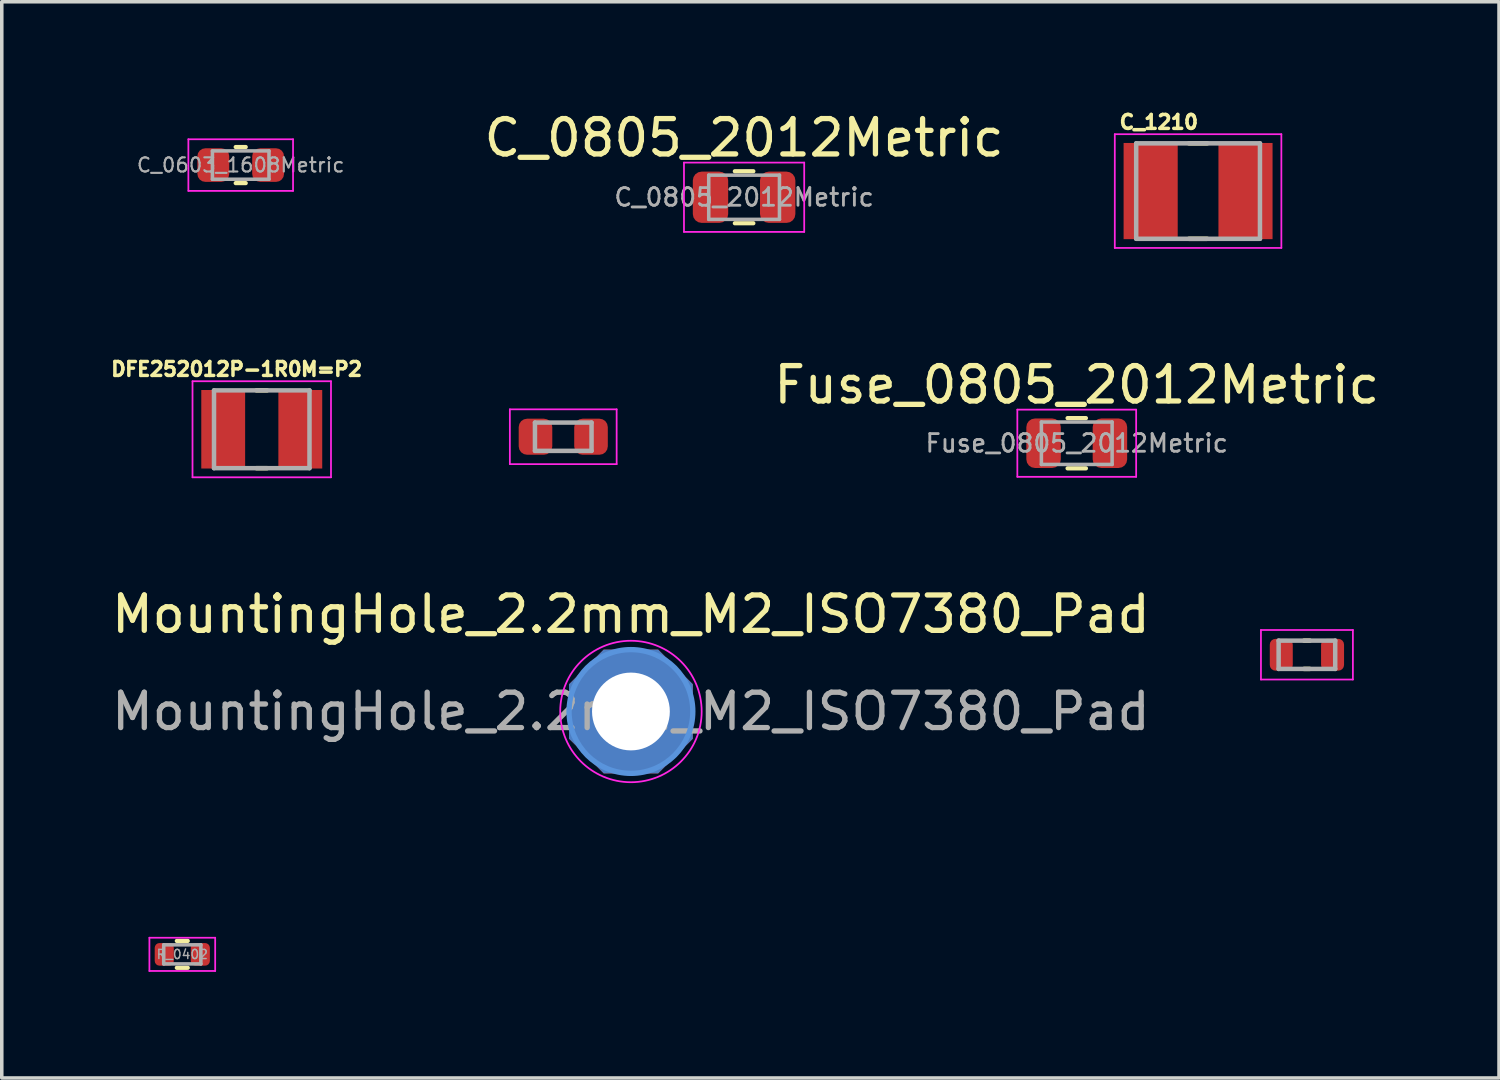
<source format=kicad_pcb>
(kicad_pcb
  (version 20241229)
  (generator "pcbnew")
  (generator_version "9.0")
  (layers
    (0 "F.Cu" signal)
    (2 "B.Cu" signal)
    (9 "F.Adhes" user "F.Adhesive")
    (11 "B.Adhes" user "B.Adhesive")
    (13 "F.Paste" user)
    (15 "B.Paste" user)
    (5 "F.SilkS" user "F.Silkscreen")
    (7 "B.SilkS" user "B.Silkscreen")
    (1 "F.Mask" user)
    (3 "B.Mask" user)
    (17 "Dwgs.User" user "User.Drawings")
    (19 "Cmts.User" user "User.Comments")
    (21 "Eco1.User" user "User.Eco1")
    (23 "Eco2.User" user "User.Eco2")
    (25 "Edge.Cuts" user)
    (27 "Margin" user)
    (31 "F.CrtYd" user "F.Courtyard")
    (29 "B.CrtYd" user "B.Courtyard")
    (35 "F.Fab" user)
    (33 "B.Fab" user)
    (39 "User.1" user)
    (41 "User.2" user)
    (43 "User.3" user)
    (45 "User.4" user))
  (footprint "C_0603_1608Metric"
    (layer "F.Cu")
    (at 3.757 1.618)
    (property "Reference" "C_0603_1608Metric" (at 0.01 -1.15 0) (layer "User.2") (effects (font (size 0.5 0.5) (thickness 0.1) (bold yes))))
    (attr smd)
    (fp_line (start -0.141 -0.51) (end 0.141 -0.51) (stroke (width 0.12) (type solid)) (layer "F.SilkS"))
    (fp_line (start -0.141 0.51) (end 0.141 0.51) (stroke (width 0.12) (type solid)) (layer "F.SilkS"))
    (fp_line (start -1.48 -0.73) (end 1.48 -0.73) (stroke (width 0.05) (type solid)) (layer "F.CrtYd"))
    (fp_line (start -1.48 0.73) (end -1.48 -0.73) (stroke (width 0.05) (type solid)) (layer "F.CrtYd"))
    (fp_line (start 1.48 -0.73) (end 1.48 0.73) (stroke (width 0.05) (type solid)) (layer "F.CrtYd"))
    (fp_line (start 1.48 0.73) (end -1.48 0.73) (stroke (width 0.05) (type solid)) (layer "F.CrtYd"))
    (fp_line (start -0.8 -0.4) (end 0.8 -0.4) (stroke (width 0.1) (type solid)) (layer "F.Fab"))
    (fp_line (start -0.8 0.4) (end -0.8 -0.4) (stroke (width 0.1) (type solid)) (layer "F.Fab"))
    (fp_line (start 0.8 -0.4) (end 0.8 0.4) (stroke (width 0.1) (type solid)) (layer "F.Fab"))
    (fp_line (start 0.8 0.4) (end -0.8 0.4) (stroke (width 0.1) (type solid)) (layer "F.Fab"))
    (fp_text user "${REFERENCE}" (at 0 0 0) (layer "Eco1.User") (effects (font (size 0.4 0.4) (thickness 0.06))))
    (fp_text user "${REFERENCE}" (at 0 0 0) (layer "F.Fab") (effects (font (size 0.4 0.4) (thickness 0.06))))
    (pad "1" smd roundrect (at -0.775 0) (size 0.9 0.95) (layers "F.Cu" "F.Mask" "F.Paste") (roundrect_rratio 0.25))
    (pad "2" smd roundrect (at 0.775 0) (size 0.9 0.95) (layers "F.Cu" "F.Mask" "F.Paste") (roundrect_rratio 0.25)))
  (footprint "C_0805_2012Metric"
    (layer "F.Cu")
    (at 17.992 2.528)
    (property "Reference" "C_0805_2012Metric" (at 0 -1.68 0) (layer "F.SilkS") (effects (font (size 1 1) (thickness 0.15))))
    (attr smd)
    (fp_line (start -0.261 -0.735) (end 0.261 -0.735) (stroke (width 0.12) (type solid)) (layer "F.SilkS"))
    (fp_line (start -0.261 0.735) (end 0.261 0.735) (stroke (width 0.12) (type solid)) (layer "F.SilkS"))
    (fp_line (start -1.7 -0.98) (end 1.7 -0.98) (stroke (width 0.05) (type solid)) (layer "F.CrtYd"))
    (fp_line (start -1.7 0.98) (end -1.7 -0.98) (stroke (width 0.05) (type solid)) (layer "F.CrtYd"))
    (fp_line (start 1.7 -0.98) (end 1.7 0.98) (stroke (width 0.05) (type solid)) (layer "F.CrtYd"))
    (fp_line (start 1.7 0.98) (end -1.7 0.98) (stroke (width 0.05) (type solid)) (layer "F.CrtYd"))
    (fp_line (start -1 -0.625) (end 1 -0.625) (stroke (width 0.1) (type solid)) (layer "F.Fab"))
    (fp_line (start -1 0.625) (end -1 -0.625) (stroke (width 0.1) (type solid)) (layer "F.Fab"))
    (fp_line (start 1 -0.625) (end 1 0.625) (stroke (width 0.1) (type solid)) (layer "F.Fab"))
    (fp_line (start 1 0.625) (end -1 0.625) (stroke (width 0.1) (type solid)) (layer "F.Fab"))
    (fp_text user "${REFERENCE}" (at 0 0 0) (layer "Eco1.User") (effects (font (size 0.5 0.5) (thickness 0.08))))
    (fp_text user "${REFERENCE}" (at 0 0 0) (layer "F.Fab") (effects (font (size 0.5 0.5) (thickness 0.08))))
    (pad "1" smd roundrect (at -0.95 0) (size 1 1.45) (layers "F.Cu" "F.Mask" "F.Paste") (roundrect_rratio 0.25))
    (pad "2" smd roundrect (at 0.95 0) (size 1 1.45) (layers "F.Cu" "F.Mask" "F.Paste") (roundrect_rratio 0.25)))
  (footprint "Fuse_0805_2012Metric"
    (layer "F.Cu")
    (at 27.399 9.484)
    (property "Reference" "Fuse_0805_2012Metric" (at 0 -1.65 0) (layer "F.SilkS") (effects (font (size 1 1) (thickness 0.15))))
    (attr smd)
    (fp_line (start -0.259 -0.71) (end 0.259 -0.71) (stroke (width 0.12) (type solid)) (layer "F.SilkS"))
    (fp_line (start -0.259 0.71) (end 0.259 0.71) (stroke (width 0.12) (type solid)) (layer "F.SilkS"))
    (fp_line (start -1.68 -0.95) (end 1.68 -0.95) (stroke (width 0.05) (type solid)) (layer "F.CrtYd"))
    (fp_line (start -1.68 0.95) (end -1.68 -0.95) (stroke (width 0.05) (type solid)) (layer "F.CrtYd"))
    (fp_line (start 1.68 -0.95) (end 1.68 0.95) (stroke (width 0.05) (type solid)) (layer "F.CrtYd"))
    (fp_line (start 1.68 0.95) (end -1.68 0.95) (stroke (width 0.05) (type solid)) (layer "F.CrtYd"))
    (fp_line (start -1 -0.6) (end 1 -0.6) (stroke (width 0.1) (type solid)) (layer "F.Fab"))
    (fp_line (start -1 0.6) (end -1 -0.6) (stroke (width 0.1) (type solid)) (layer "F.Fab"))
    (fp_line (start 1 -0.6) (end 1 0.6) (stroke (width 0.1) (type solid)) (layer "F.Fab"))
    (fp_line (start 1 0.6) (end -1 0.6) (stroke (width 0.1) (type solid)) (layer "F.Fab"))
    (fp_text user "${REFERENCE}" (at 0 0 0) (layer "F.Fab") (effects (font (size 0.5 0.5) (thickness 0.08))))
    (pad "1" smd roundrect (at -0.938 0) (size 0.975 1.4) (layers "F.Cu" "F.Mask" "F.Paste") (roundrect_rratio 0.25))
    (pad "2" smd roundrect (at 0.938 0) (size 0.975 1.4) (layers "F.Cu" "F.Mask" "F.Paste") (roundrect_rratio 0.25)))
  (footprint "Fuse_0603"
    (layer "F.Cu")
    (at 12.878 9.3)
    (property "Reference" "Fuse_0603" (at 0.127 -1.676 0) (layer "User.2") (effects (font (size 0.64 0.64) (thickness 0.15))))
    (attr smd)
    (fp_line (start -1.51 -0.775) (end 1.51 -0.775) (stroke (width 0.05) (type solid)) (layer "F.CrtYd"))
    (fp_line (start -1.51 0.775) (end -1.51 -0.775) (stroke (width 0.05) (type solid)) (layer "F.CrtYd"))
    (fp_line (start 1.51 -0.775) (end 1.51 0.775) (stroke (width 0.05) (type solid)) (layer "F.CrtYd"))
    (fp_line (start 1.51 0.775) (end -1.51 0.775) (stroke (width 0.05) (type solid)) (layer "F.CrtYd"))
    (fp_line (start -0.8 -0.4) (end 0.8 -0.4) (stroke (width 0.127) (type solid)) (layer "F.Fab"))
    (fp_line (start -0.8 0.4) (end -0.8 -0.4) (stroke (width 0.127) (type solid)) (layer "F.Fab"))
    (fp_line (start 0.8 -0.4) (end 0.8 0.4) (stroke (width 0.127) (type solid)) (layer "F.Fab"))
    (fp_line (start 0.8 0.4) (end -0.8 0.4) (stroke (width 0.127) (type solid)) (layer "F.Fab"))
    (pad "1" smd roundrect (at -0.785 0) (size 0.95 1.02) (layers "F.Cu" "F.Mask" "F.Paste") (roundrect_rratio 0.25))
    (pad "2" smd roundrect (at 0.785 0) (size 0.95 1.02) (layers "F.Cu" "F.Mask" "F.Paste") (roundrect_rratio 0.25)))
  (footprint "C_1210"
    (layer "F.Cu")
    (at 30.83 2.353)
    (property "Reference" "C_1210" (at -1.11 -1.95 0) (layer "F.SilkS") (effects (font (size 0.394 0.394) (thickness 0.15))))
    (attr smd)
    (fp_line (start -0.26 -1.35) (end 0.26 -1.35) (stroke (width 0.127) (type solid)) (layer "F.SilkS"))
    (fp_line (start -0.26 1.35) (end 0.26 1.35) (stroke (width 0.127) (type solid)) (layer "F.SilkS"))
    (fp_line (start -2.355 -1.608) (end 2.355 -1.608) (stroke (width 0.05) (type solid)) (layer "F.CrtYd"))
    (fp_line (start -2.355 1.608) (end -2.355 -1.608) (stroke (width 0.05) (type solid)) (layer "F.CrtYd"))
    (fp_line (start -2.355 1.608) (end 2.355 1.608) (stroke (width 0.05) (type solid)) (layer "F.CrtYd"))
    (fp_line (start 2.355 1.608) (end 2.355 -1.608) (stroke (width 0.05) (type solid)) (layer "F.CrtYd"))
    (fp_line (start -1.75 1.35) (end -1.75 -1.35) (stroke (width 0.127) (type solid)) (layer "F.Fab"))
    (fp_line (start 1.75 -1.35) (end -1.75 -1.35) (stroke (width 0.127) (type solid)) (layer "F.Fab"))
    (fp_line (start 1.75 1.35) (end -1.75 1.35) (stroke (width 0.127) (type solid)) (layer "F.Fab"))
    (fp_line (start 1.75 1.35) (end 1.75 -1.35) (stroke (width 0.127) (type solid)) (layer "F.Fab"))
    (pad "1" smd rect (at -1.341 0) (size 1.53 2.72) (layers "F.Cu" "F.Mask" "F.Paste"))
    (pad "2" smd rect (at 1.341 0) (size 1.53 2.72) (layers "F.Cu" "F.Mask" "F.Paste")))
  (footprint "MountingHole_2.2mm_M2_ISO7380_Pad"
    (layer "F.Cu")
    (at 14.792 17.07)
    (property "Reference" "MountingHole_2.2mm_M2_ISO7380_Pad" (at 0 -2.75 0) (layer "F.SilkS") (effects (font (size 1 1) (thickness 0.15))))
    (attr exclude_from_pos_files exclude_from_bom)
    (fp_circle (center 0 0) (end 1.75 0) (stroke (width 0.15) (type solid)) (fill no) (layer "Cmts.User"))
    (fp_circle (center 0 0) (end 2 0) (stroke (width 0.05) (type solid)) (fill no) (layer "F.CrtYd"))
    (fp_text user "${REFERENCE}" (at 0 0 0) (layer "F.Fab") (effects (font (size 1 1) (thickness 0.15))))
    (pad "1" thru_hole roundrect (at 0 0) (size 3.5 3.5) (drill 2.2) (layers "*.Cu" "*.Mask") (roundrect_rratio 0) (chamfer_ratio 0.28) (chamfer top_left top_right bottom_left bottom_right)))
  (footprint "DFE252012P-1R0M=P2"
    (layer "F.Cu")
    (at 4.352 9.089)
    (property "Reference" "DFE252012P-1R0M=P2" (at -0.71 -1.7 0) (layer "F.SilkS") (effects (font (size 0.394 0.394) (thickness 0.15))))
    (attr smd)
    (fp_line (start -0.15 -1.1) (end 0.15 -1.1) (stroke (width 0.127) (type solid)) (layer "F.SilkS"))
    (fp_line (start -0.15 1.1) (end 0.15 1.1) (stroke (width 0.127) (type solid)) (layer "F.SilkS"))
    (fp_line (start -1.958 -1.358) (end 1.958 -1.358) (stroke (width 0.05) (type solid)) (layer "F.CrtYd"))
    (fp_line (start -1.958 1.358) (end -1.958 -1.358) (stroke (width 0.05) (type solid)) (layer "F.CrtYd"))
    (fp_line (start -1.958 1.358) (end 1.958 1.358) (stroke (width 0.05) (type solid)) (layer "F.CrtYd"))
    (fp_line (start 1.958 1.358) (end 1.958 -1.358) (stroke (width 0.05) (type solid)) (layer "F.CrtYd"))
    (fp_line (start -1.35 1.1) (end -1.35 -1.1) (stroke (width 0.127) (type solid)) (layer "F.Fab"))
    (fp_line (start 1.35 -1.1) (end -1.35 -1.1) (stroke (width 0.127) (type solid)) (layer "F.Fab"))
    (fp_line (start 1.35 1.1) (end -1.35 1.1) (stroke (width 0.127) (type solid)) (layer "F.Fab"))
    (fp_line (start 1.35 1.1) (end 1.35 -1.1) (stroke (width 0.127) (type solid)) (layer "F.Fab"))
    (pad "1" smd rect (at -1.09 0) (size 1.24 2.22) (layers "F.Cu" "F.Mask" "F.Paste"))
    (pad "2" smd rect (at 1.09 0) (size 1.24 2.22) (layers "F.Cu" "F.Mask" "F.Paste")))
  (footprint "R0603"
    (layer "F.Cu")
    (at 33.908 15.466)
    (property "Reference" "R0603" (at 0.732 -1.356 0) (layer "User.2") (effects (font (size 0.64 0.64) (thickness 0.15))))
    (attr through_hole)
    (fp_line (start -0.08 -0.4) (end 0.08 -0.4) (stroke (width 0.127) (type solid)) (layer "F.SilkS"))
    (fp_line (start -0.08 0.4) (end 0.08 0.4) (stroke (width 0.127) (type solid)) (layer "F.SilkS"))
    (fp_line (start -1.3 -0.7) (end -1.3 0.7) (stroke (width 0.05) (type solid)) (layer "F.CrtYd"))
    (fp_line (start -1.3 0.7) (end 1.3 0.7) (stroke (width 0.05) (type solid)) (layer "F.CrtYd"))
    (fp_line (start 1.3 -0.7) (end -1.3 -0.7) (stroke (width 0.05) (type solid)) (layer "F.CrtYd"))
    (fp_line (start 1.3 0.7) (end 1.3 -0.7) (stroke (width 0.05) (type solid)) (layer "F.CrtYd"))
    (fp_line (start -0.8 -0.4) (end -0.8 0.4) (stroke (width 0.127) (type solid)) (layer "F.Fab"))
    (fp_line (start -0.8 -0.4) (end 0.8 -0.4) (stroke (width 0.127) (type solid)) (layer "F.Fab"))
    (fp_line (start -0.8 0.4) (end 0.8 0.4) (stroke (width 0.127) (type solid)) (layer "F.Fab"))
    (fp_line (start 0.8 -0.4) (end 0.8 0.4) (stroke (width 0.127) (type solid)) (layer "F.Fab"))
    (pad "1" smd roundrect (at -0.725 0) (size 0.65 0.9) (layers "F.Cu" "F.Mask" "F.Paste") (roundrect_rratio 0.25))
    (pad "2" smd roundrect (at 0.725 0) (size 0.65 0.9) (layers "F.Cu" "F.Mask" "F.Paste") (roundrect_rratio 0.25)))
  (footprint "R_0402"
    (layer "F.Cu")
    (at 2.105 23.938)
    (property "Reference" "R_0402" (at 0 -1.17 0) (layer "User.2") (effects (font (size 0.7 0.7) (thickness 0.15))))
    (attr smd)
    (fp_line (start -0.154 -0.38) (end 0.154 -0.38) (stroke (width 0.12) (type solid)) (layer "F.SilkS"))
    (fp_line (start -0.154 0.38) (end 0.154 0.38) (stroke (width 0.12) (type solid)) (layer "F.SilkS"))
    (fp_line (start -0.93 -0.47) (end 0.93 -0.47) (stroke (width 0.05) (type solid)) (layer "F.CrtYd"))
    (fp_line (start -0.93 0.47) (end -0.93 -0.47) (stroke (width 0.05) (type solid)) (layer "F.CrtYd"))
    (fp_line (start 0.93 -0.47) (end 0.93 0.47) (stroke (width 0.05) (type solid)) (layer "F.CrtYd"))
    (fp_line (start 0.93 0.47) (end -0.93 0.47) (stroke (width 0.05) (type solid)) (layer "F.CrtYd"))
    (fp_line (start -0.525 -0.27) (end 0.525 -0.27) (stroke (width 0.1) (type solid)) (layer "F.Fab"))
    (fp_line (start -0.525 0.27) (end -0.525 -0.27) (stroke (width 0.1) (type solid)) (layer "F.Fab"))
    (fp_line (start 0.525 -0.27) (end 0.525 0.27) (stroke (width 0.1) (type solid)) (layer "F.Fab"))
    (fp_line (start 0.525 0.27) (end -0.525 0.27) (stroke (width 0.1) (type solid)) (layer "F.Fab"))
    (fp_text user "${REFERENCE}" (at 0 0 0) (layer "F.Fab") (effects (font (size 0.26 0.26) (thickness 0.04))))
    (pad "1" smd roundrect (at -0.51 0) (size 0.54 0.64) (layers "F.Cu" "F.Mask" "F.Paste") (roundrect_rratio 0.25))
    (pad "2" smd roundrect (at 0.51 0) (size 0.54 0.64) (layers "F.Cu" "F.Mask" "F.Paste") (roundrect_rratio 0.25)))
  (gr_rect
    (start -3 -3)
    (end 39.34 27.433)
    (stroke (width 0.1) (type default))
    (fill no)
    (layer "Edge.Cuts")))
</source>
